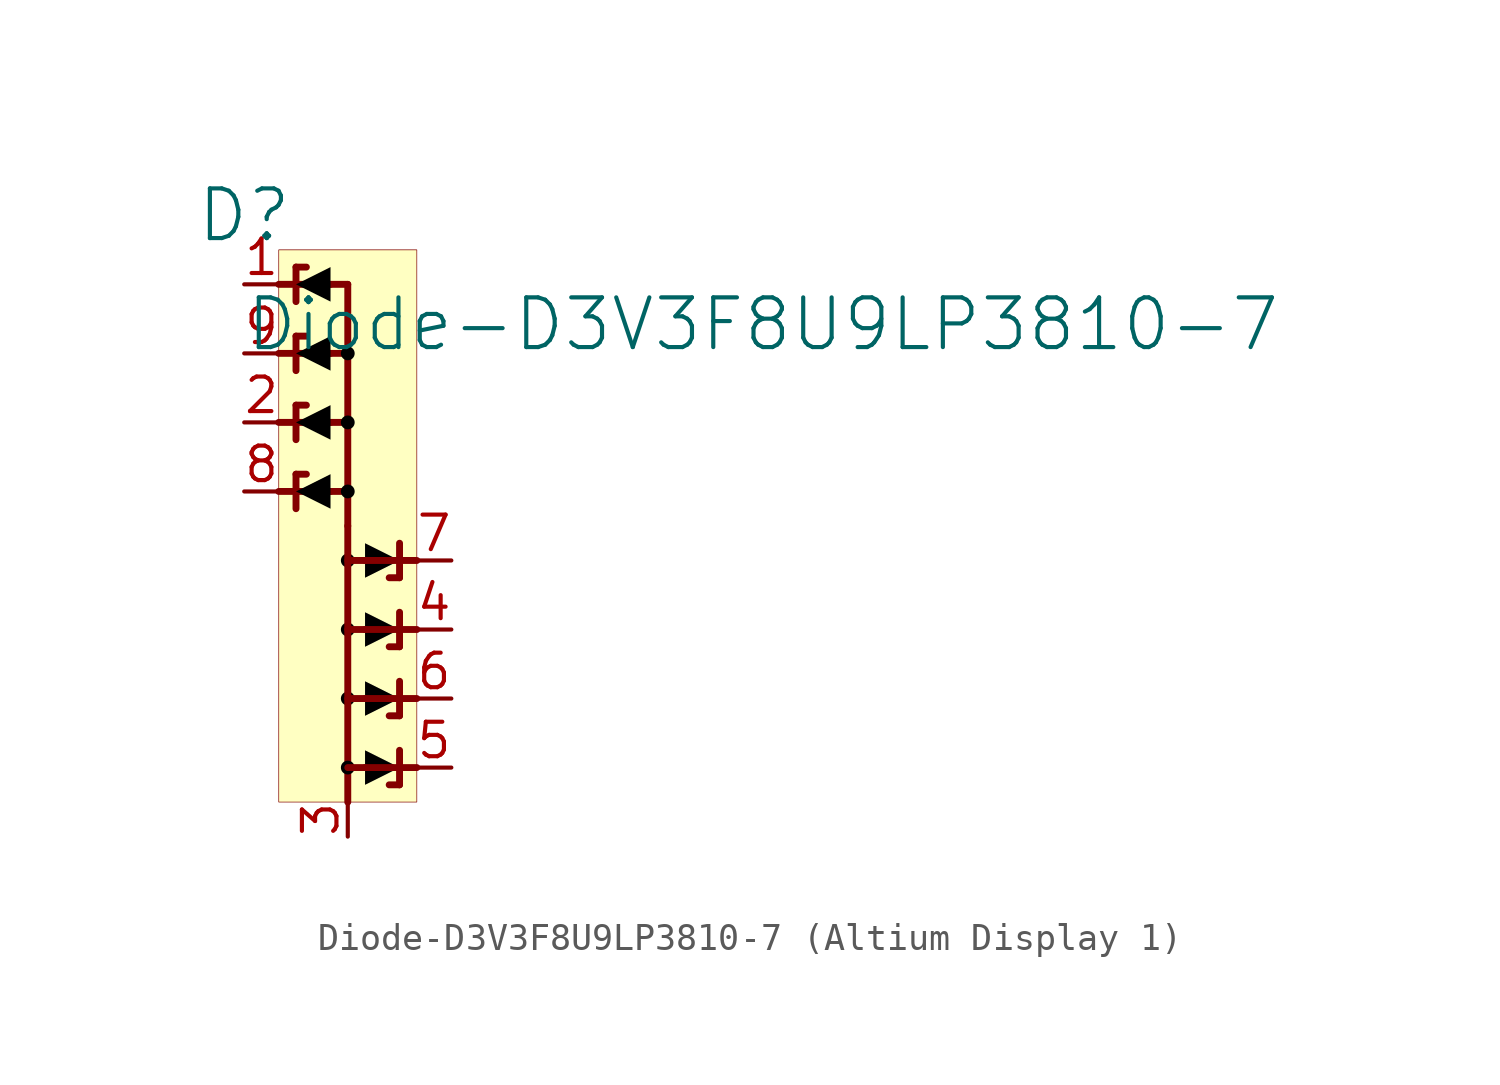
<source format=kicad_sym>
(kicad_symbol_lib
  (version 20231120)
  (generator "kicad_symbol_editor")
  (generator_version "8.0")
  (symbol "Diode-D3V3F8U9LP3810-7 (Altium Display 1)"
    (property "Reference" "D"
      (at -1.27 1.27 0)
      (effects (font (size 1.829 1.829))))
    (property "Value" "Diode-D3V3F8U9LP3810-7"
      (at -1.27 -3.81 0)
      (effects (font (size 1.829 1.829)) (justify left bottom)))
    (symbol "Diode-D3V3F8U9LP3810-7 (Altium Display 1)_1_0"
      (polyline (pts (xy 0 -8.89) (xy 1.905 -8.89)) (stroke (width 0.254) (type solid)) (fill (type none)))
      (polyline (pts (xy 0 -6.35) (xy 1.905 -6.35)) (stroke (width 0.254) (type solid)) (fill (type none)))
      (polyline (pts (xy 0 -3.81) (xy 1.905 -3.81)) (stroke (width 0.254) (type solid)) (fill (type none)))
      (polyline (pts (xy 0 -1.27) (xy 1.905 -1.27)) (stroke (width 0.254) (type solid)) (fill (type none)))
      (polyline (pts (xy 0.635 -8.89) (xy 0.635 -9.525)) (stroke (width 0.254) (type solid)) (fill (type none)))
      (polyline (pts (xy 0.635 -8.89) (xy 0.635 -8.255)) (stroke (width 0.254) (type solid)) (fill (type none)))
      (polyline (pts (xy 0.635 -8.255) (xy 1.016 -8.255)) (stroke (width 0.254) (type solid)) (fill (type none)))
      (polyline (pts (xy 0.635 -6.35) (xy 0.635 -6.985)) (stroke (width 0.254) (type solid)) (fill (type none)))
      (polyline (pts (xy 0.635 -6.35) (xy 0.635 -5.715)) (stroke (width 0.254) (type solid)) (fill (type none)))
      (polyline (pts (xy 0.635 -5.715) (xy 1.016 -5.715)) (stroke (width 0.254) (type solid)) (fill (type none)))
      (polyline (pts (xy 0.635 -3.81) (xy 0.635 -4.445)) (stroke (width 0.254) (type solid)) (fill (type none)))
      (polyline (pts (xy 0.635 -3.81) (xy 0.635 -3.175)) (stroke (width 0.254) (type solid)) (fill (type none)))
      (polyline (pts (xy 0.635 -3.175) (xy 1.016 -3.175)) (stroke (width 0.254) (type solid)) (fill (type none)))
      (polyline (pts (xy 0.635 -1.27) (xy 0.635 -1.905)) (stroke (width 0.254) (type solid)) (fill (type none)))
      (polyline (pts (xy 0.635 -1.27) (xy 0.635 -0.635)) (stroke (width 0.254) (type solid)) (fill (type none)))
      (polyline (pts (xy 0.635 -0.635) (xy 1.016 -0.635)) (stroke (width 0.254) (type solid)) (fill (type none)))
      (polyline (pts (xy 1.905 -8.89) (xy 2.54 -8.89)) (stroke (width 0.254) (type solid)) (fill (type none)))
      (polyline (pts (xy 1.905 -6.35) (xy 2.54 -6.35)) (stroke (width 0.254) (type solid)) (fill (type none)))
      (polyline (pts (xy 1.905 -3.81) (xy 2.54 -3.81)) (stroke (width 0.254) (type solid)) (fill (type none)))
      (polyline (pts (xy 1.905 -1.27) (xy 2.54 -1.27)) (stroke (width 0.254) (type solid)) (fill (type none)))
      (polyline (pts (xy 2.54 -19.05) (xy 2.54 -20.32)) (stroke (width 0.254) (type solid)) (fill (type none)))
      (polyline (pts (xy 2.54 -19.05) (xy 2.54 -10.16)) (stroke (width 0.254) (type solid)) (fill (type none)))
      (polyline (pts (xy 2.54 -1.27) (xy 2.54 -10.16)) (stroke (width 0.254) (type solid)) (fill (type none)))
      (polyline (pts (xy 3.175 -19.05) (xy 2.54 -19.05)) (stroke (width 0.254) (type solid)) (fill (type none)))
      (polyline (pts (xy 3.175 -16.51) (xy 2.54 -16.51)) (stroke (width 0.254) (type solid)) (fill (type none)))
      (polyline (pts (xy 3.175 -13.97) (xy 2.54 -13.97)) (stroke (width 0.254) (type solid)) (fill (type none)))
      (polyline (pts (xy 3.175 -11.43) (xy 2.54 -11.43)) (stroke (width 0.254) (type solid)) (fill (type none)))
      (polyline (pts (xy 4.445 -19.685) (xy 4.064 -19.685)) (stroke (width 0.254) (type solid)) (fill (type none)))
      (polyline (pts (xy 4.445 -19.05) (xy 4.445 -19.685)) (stroke (width 0.254) (type solid)) (fill (type none)))
      (polyline (pts (xy 4.445 -19.05) (xy 4.445 -18.415)) (stroke (width 0.254) (type solid)) (fill (type none)))
      (polyline (pts (xy 4.445 -17.145) (xy 4.064 -17.145)) (stroke (width 0.254) (type solid)) (fill (type none)))
      (polyline (pts (xy 4.445 -16.51) (xy 4.445 -17.145)) (stroke (width 0.254) (type solid)) (fill (type none)))
      (polyline (pts (xy 4.445 -16.51) (xy 4.445 -15.875)) (stroke (width 0.254) (type solid)) (fill (type none)))
      (polyline (pts (xy 4.445 -14.605) (xy 4.064 -14.605)) (stroke (width 0.254) (type solid)) (fill (type none)))
      (polyline (pts (xy 4.445 -13.97) (xy 4.445 -14.605)) (stroke (width 0.254) (type solid)) (fill (type none)))
      (polyline (pts (xy 4.445 -13.97) (xy 4.445 -13.335)) (stroke (width 0.254) (type solid)) (fill (type none)))
      (polyline (pts (xy 4.445 -12.065) (xy 4.064 -12.065)) (stroke (width 0.254) (type solid)) (fill (type none)))
      (polyline (pts (xy 4.445 -11.43) (xy 4.445 -12.065)) (stroke (width 0.254) (type solid)) (fill (type none)))
      (polyline (pts (xy 4.445 -11.43) (xy 4.445 -10.795)) (stroke (width 0.254) (type solid)) (fill (type none)))
      (polyline (pts (xy 5.08 -19.05) (xy 3.175 -19.05)) (stroke (width 0.254) (type solid)) (fill (type none)))
      (polyline (pts (xy 5.08 -16.51) (xy 3.175 -16.51)) (stroke (width 0.254) (type solid)) (fill (type none)))
      (polyline (pts (xy 5.08 -13.97) (xy 3.175 -13.97)) (stroke (width 0.254) (type solid)) (fill (type none)))
      (polyline (pts (xy 5.08 -11.43) (xy 3.175 -11.43)) (stroke (width 0.254) (type solid)) (fill (type none)))
      (polyline (pts (xy 1.905 -9.525) (xy 0.635 -8.89) (xy 1.905 -8.255) (xy 1.905 -9.525)) (stroke (width -0.0001) (type solid) (color 0 0 0 1)) (fill (type outline)))
      (polyline (pts (xy 1.905 -6.985) (xy 0.635 -6.35) (xy 1.905 -5.715) (xy 1.905 -6.985)) (stroke (width -0.0001) (type solid) (color 0 0 0 1)) (fill (type outline)))
      (polyline (pts (xy 1.905 -4.445) (xy 0.635 -3.81) (xy 1.905 -3.175) (xy 1.905 -4.445)) (stroke (width -0.0001) (type solid) (color 0 0 0 1)) (fill (type outline)))
      (polyline (pts (xy 1.905 -1.905) (xy 0.635 -1.27) (xy 1.905 -0.635) (xy 1.905 -1.905)) (stroke (width -0.0001) (type solid) (color 0 0 0 1)) (fill (type outline)))
      (polyline (pts (xy 3.175 -18.415) (xy 4.445 -19.05) (xy 3.175 -19.685) (xy 3.175 -18.415)) (stroke (width -0.0001) (type solid) (color 0 0 0 1)) (fill (type outline)))
      (polyline (pts (xy 3.175 -15.875) (xy 4.445 -16.51) (xy 3.175 -17.145) (xy 3.175 -15.875)) (stroke (width -0.0001) (type solid) (color 0 0 0 1)) (fill (type outline)))
      (polyline (pts (xy 3.175 -13.335) (xy 4.445 -13.97) (xy 3.175 -14.605) (xy 3.175 -13.335)) (stroke (width -0.0001) (type solid) (color 0 0 0 1)) (fill (type outline)))
      (polyline (pts (xy 3.175 -10.795) (xy 4.445 -11.43) (xy 3.175 -12.065) (xy 3.175 -10.795)) (stroke (width -0.0001) (type solid) (color 0 0 0 1)) (fill (type outline)))
      (circle (center 2.54 -19.05) (radius 0.254) (stroke (width -0.0001) (type solid) (color 0 0 0 1)) (fill (type outline)))
      (circle (center 2.54 -16.51) (radius 0.254) (stroke (width -0.0001) (type solid) (color 0 0 0 1)) (fill (type outline)))
      (circle (center 2.54 -13.97) (radius 0.254) (stroke (width -0.0001) (type solid) (color 0 0 0 1)) (fill (type outline)))
      (circle (center 2.54 -11.43) (radius 0.254) (stroke (width -0.0001) (type solid) (color 0 0 0 1)) (fill (type outline)))
      (circle (center 2.54 -8.89) (radius 0.254) (stroke (width -0.0001) (type solid) (color 0 0 0 1)) (fill (type outline)))
      (circle (center 2.54 -6.35) (radius 0.254) (stroke (width -0.0001) (type solid) (color 0 0 0 1)) (fill (type outline)))
      (circle (center 2.54 -3.81) (radius 0.254) (stroke (width -0.0001) (type solid) (color 0 0 0 1)) (fill (type outline)))
      (rectangle (start 5.08 0) (end 0 -20.32) (stroke (width 0.025) (type solid) (color 128 0 0 1)) (fill (type background)))
      (pin passive line (at -1.27 -1.27 0) (length 1.27) (name "Line-1" (effects (font (size 0 0)))) (number "1" (effects (font (size 1.27 1.27)))))
      (pin passive line (at -1.27 -6.35 0) (length 1.27) (name "Line-3" (effects (font (size 0 0)))) (number "2" (effects (font (size 1.27 1.27)))))
      (pin passive line (at 2.54 -21.59 90) (length 1.27) (name "GND" (effects (font (size 0 0)))) (number "3" (effects (font (size 1.27 1.27)))))
      (pin passive line (at 6.35 -13.97 180) (length 1.27) (name "Line-6" (effects (font (size 0 0)))) (number "4" (effects (font (size 1.27 1.27)))))
      (pin passive line (at 6.35 -19.05 180) (length 1.27) (name "Line-8" (effects (font (size 0 0)))) (number "5" (effects (font (size 1.27 1.27)))))
      (pin passive line (at 6.35 -16.51 180) (length 1.27) (name "Line-7" (effects (font (size 0 0)))) (number "6" (effects (font (size 1.27 1.27)))))
      (pin passive line (at 6.35 -11.43 180) (length 1.27) (name "Line-5" (effects (font (size 0 0)))) (number "7" (effects (font (size 1.27 1.27)))))
      (pin passive line (at -1.27 -8.89 0) (length 1.27) (name "Line-4" (effects (font (size 0 0)))) (number "8" (effects (font (size 1.27 1.27)))))
      (pin passive line (at -1.27 -3.81 0) (length 1.27) (name "Line-2" (effects (font (size 0 0)))) (number "9" (effects (font (size 1.27 1.27))))))))
</source>
